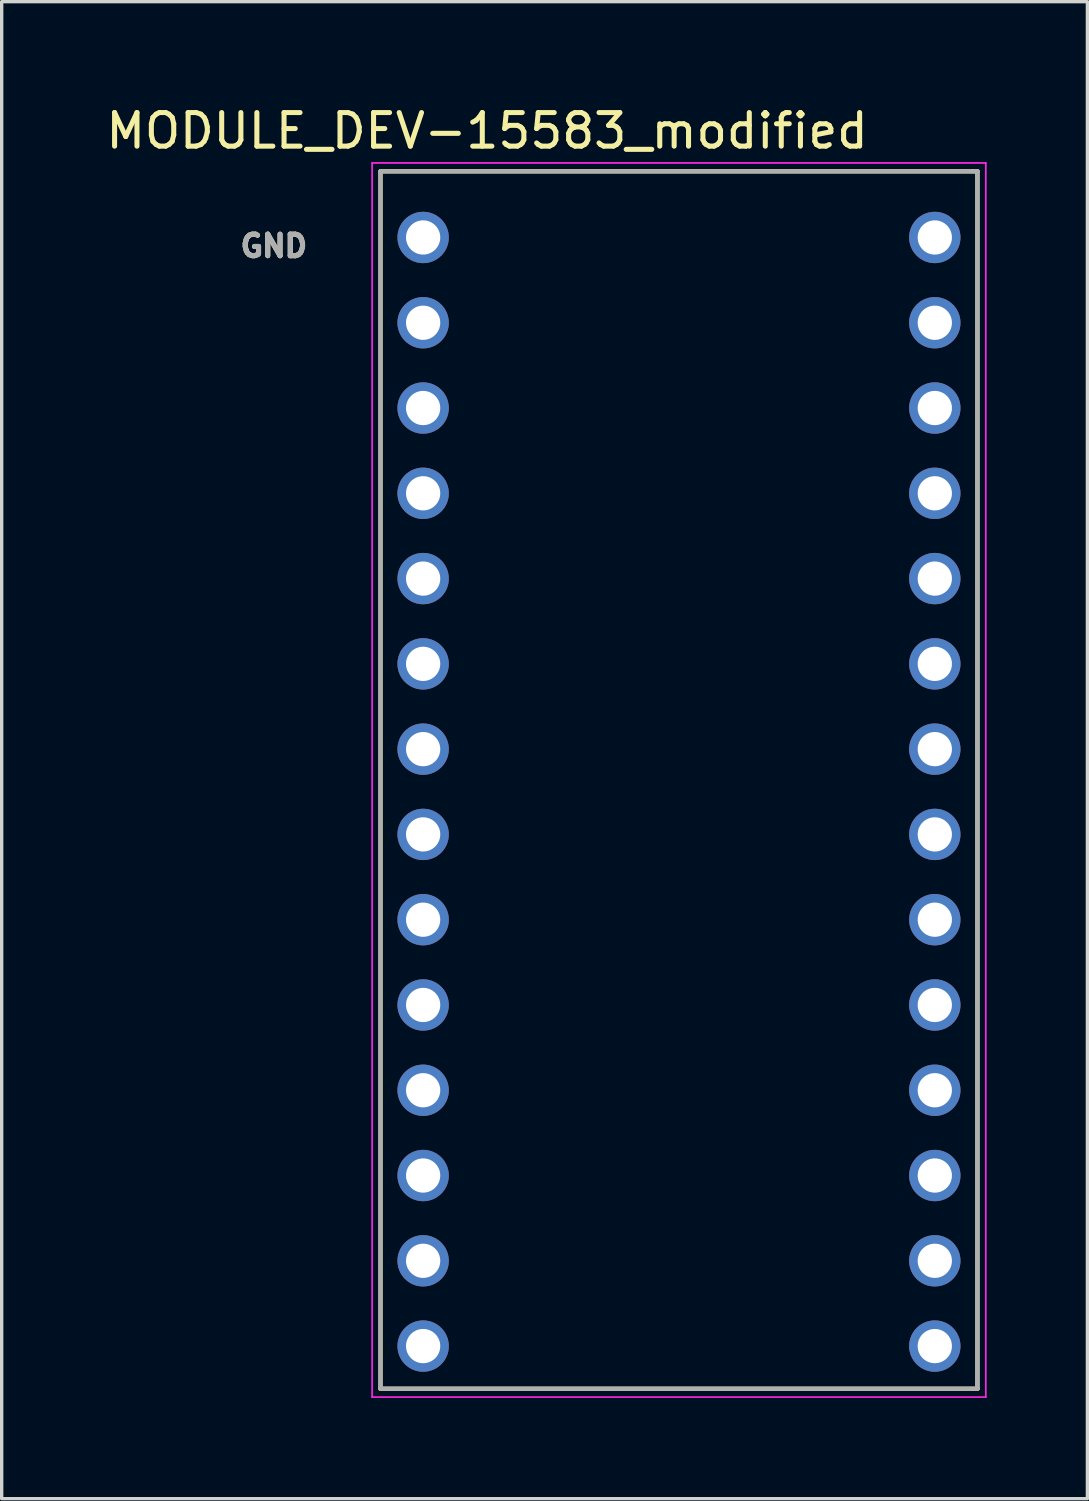
<source format=kicad_pcb>
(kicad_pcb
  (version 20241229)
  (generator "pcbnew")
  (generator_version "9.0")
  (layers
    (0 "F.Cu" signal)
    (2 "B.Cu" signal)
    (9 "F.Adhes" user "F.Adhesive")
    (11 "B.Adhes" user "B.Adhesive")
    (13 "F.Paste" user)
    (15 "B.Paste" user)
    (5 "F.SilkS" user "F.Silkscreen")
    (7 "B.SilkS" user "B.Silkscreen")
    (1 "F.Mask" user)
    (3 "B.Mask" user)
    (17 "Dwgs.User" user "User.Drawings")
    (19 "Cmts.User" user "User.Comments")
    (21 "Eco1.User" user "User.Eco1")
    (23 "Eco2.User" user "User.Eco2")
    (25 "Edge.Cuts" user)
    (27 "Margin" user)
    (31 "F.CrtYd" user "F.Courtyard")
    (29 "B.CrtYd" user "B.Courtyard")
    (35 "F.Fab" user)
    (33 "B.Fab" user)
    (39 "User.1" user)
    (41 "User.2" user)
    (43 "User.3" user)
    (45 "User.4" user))
  (footprint "MODULE_DEV-15583_modified"
    (layer "F.Cu")
    (at 17.173 20.533)
    (property "Reference" "MODULE_DEV-15583_modified" (at -5.715 -19.685 0) (layer "F.SilkS") (effects (font (size 1 1) (thickness 0.15))))
    (attr through_hole)
    (fp_line (start -8.89 -18.48) (end 8.89 -18.48) (stroke (width 0.127) (type solid)) (layer "F.SilkS"))
    (fp_line (start -8.89 17.78) (end -8.89 -18.48) (stroke (width 0.127) (type solid)) (layer "F.SilkS"))
    (fp_line (start 8.89 -18.48) (end 8.89 17.78) (stroke (width 0.127) (type solid)) (layer "F.SilkS"))
    (fp_line (start 8.89 17.78) (end -8.89 17.78) (stroke (width 0.127) (type solid)) (layer "F.SilkS"))
    (fp_line (start -9.14 -18.73) (end 9.14 -18.73) (stroke (width 0.05) (type solid)) (layer "F.CrtYd"))
    (fp_line (start -9.14 18.03) (end -9.14 -18.73) (stroke (width 0.05) (type solid)) (layer "F.CrtYd"))
    (fp_line (start 9.14 -18.73) (end 9.14 18.03) (stroke (width 0.05) (type solid)) (layer "F.CrtYd"))
    (fp_line (start 9.14 18.03) (end -9.14 18.03) (stroke (width 0.05) (type solid)) (layer "F.CrtYd"))
    (fp_line (start -8.89 -18.48) (end 8.89 -18.48) (stroke (width 0.127) (type solid)) (layer "F.Fab"))
    (fp_line (start -8.89 17.78) (end -8.89 -18.48) (stroke (width 0.127) (type solid)) (layer "F.Fab"))
    (fp_line (start 8.89 -18.48) (end 8.89 17.78) (stroke (width 0.127) (type solid)) (layer "F.Fab"))
    (fp_line (start 8.89 17.78) (end -8.89 17.78) (stroke (width 0.127) (type solid)) (layer "F.Fab"))
    (fp_text user "GND" (at -12.065 -16.256 0) (layer "F.SilkS") (effects (font (size 0.64 0.64) (thickness 0.15))))
    (fp_text user "GND" (at -12.065 -16.256 0) (layer "F.Fab") (effects (font (size 0.64 0.64) (thickness 0.15))))
    (pad "0" thru_hole circle (at -7.62 -13.97) (size 1.53 1.53) (drill 1.02) (layers "*.Cu" "*.Mask"))
    (pad "1" thru_hole circle (at -7.62 -11.43) (size 1.53 1.53) (drill 1.02) (layers "*.Cu" "*.Mask"))
    (pad "2" thru_hole circle (at -7.62 -8.89) (size 1.53 1.53) (drill 1.02) (layers "*.Cu" "*.Mask"))
    (pad "3" thru_hole circle (at -7.62 -6.35) (size 1.53 1.53) (drill 1.02) (layers "*.Cu" "*.Mask"))
    (pad "3.3V_2" thru_hole circle (at 7.62 -11.43) (size 1.53 1.53) (drill 1.02) (layers "*.Cu" "*.Mask"))
    (pad "4" thru_hole circle (at -7.62 -3.81) (size 1.53 1.53) (drill 1.02) (layers "*.Cu" "*.Mask"))
    (pad "5" thru_hole circle (at -7.62 -1.27) (size 1.53 1.53) (drill 1.02) (layers "*.Cu" "*.Mask"))
    (pad "6" thru_hole circle (at -7.62 1.27) (size 1.53 1.53) (drill 1.02) (layers "*.Cu" "*.Mask"))
    (pad "7" thru_hole circle (at -7.62 3.81) (size 1.53 1.53) (drill 1.02) (layers "*.Cu" "*.Mask"))
    (pad "8" thru_hole circle (at -7.62 6.35) (size 1.53 1.53) (drill 1.02) (layers "*.Cu" "*.Mask"))
    (pad "9" thru_hole circle (at -7.62 8.89) (size 1.53 1.53) (drill 1.02) (layers "*.Cu" "*.Mask"))
    (pad "10" thru_hole circle (at -7.62 11.43) (size 1.53 1.53) (drill 1.02) (layers "*.Cu" "*.Mask"))
    (pad "11" thru_hole circle (at -7.62 13.97) (size 1.53 1.53) (drill 1.02) (layers "*.Cu" "*.Mask"))
    (pad "12" thru_hole circle (at -7.62 16.51) (size 1.53 1.53) (drill 1.02) (layers "*.Cu" "*.Mask"))
    (pad "13" thru_hole circle (at 7.62 16.51) (size 1.53 1.53) (drill 1.02) (layers "*.Cu" "*.Mask"))
    (pad "14" thru_hole circle (at 7.62 13.97) (size 1.53 1.53) (drill 1.02) (layers "*.Cu" "*.Mask"))
    (pad "15" thru_hole circle (at 7.62 11.43) (size 1.53 1.53) (drill 1.02) (layers "*.Cu" "*.Mask"))
    (pad "16" thru_hole circle (at 7.62 8.89) (size 1.53 1.53) (drill 1.02) (layers "*.Cu" "*.Mask"))
    (pad "17" thru_hole circle (at 7.62 6.35) (size 1.53 1.53) (drill 1.02) (layers "*.Cu" "*.Mask"))
    (pad "18" thru_hole circle (at 7.62 3.81) (size 1.53 1.53) (drill 1.02) (layers "*.Cu" "*.Mask"))
    (pad "19" thru_hole circle (at 7.62 1.27) (size 1.53 1.53) (drill 1.02) (layers "*.Cu" "*.Mask"))
    (pad "20" thru_hole circle (at 7.62 -1.27) (size 1.53 1.53) (drill 1.02) (layers "*.Cu" "*.Mask"))
    (pad "21" thru_hole circle (at 7.62 -3.81) (size 1.53 1.53) (drill 1.02) (layers "*.Cu" "*.Mask"))
    (pad "22" thru_hole circle (at 7.62 -6.35) (size 1.53 1.53) (drill 1.02) (layers "*.Cu" "*.Mask"))
    (pad "23" thru_hole circle (at 7.62 -8.89) (size 1.53 1.53) (drill 1.02) (layers "*.Cu" "*.Mask"))
    (pad "G1" thru_hole circle (at -7.62 -16.51) (size 1.53 1.53) (drill 1.02) (layers "*.Cu" "*.Mask"))
    (pad "G3" thru_hole circle (at 7.62 -13.97) (size 1.53 1.53) (drill 1.02) (layers "*.Cu" "*.Mask"))
    (pad "VIN" thru_hole circle (at 7.62 -16.51) (size 1.53 1.53) (drill 1.02) (layers "*.Cu" "*.Mask")))
  (gr_rect
    (start -3 -3)
    (end 29.338 41.588)
    (stroke (width 0.1) (type default))
    (fill no)
    (layer "Edge.Cuts")))
</source>
